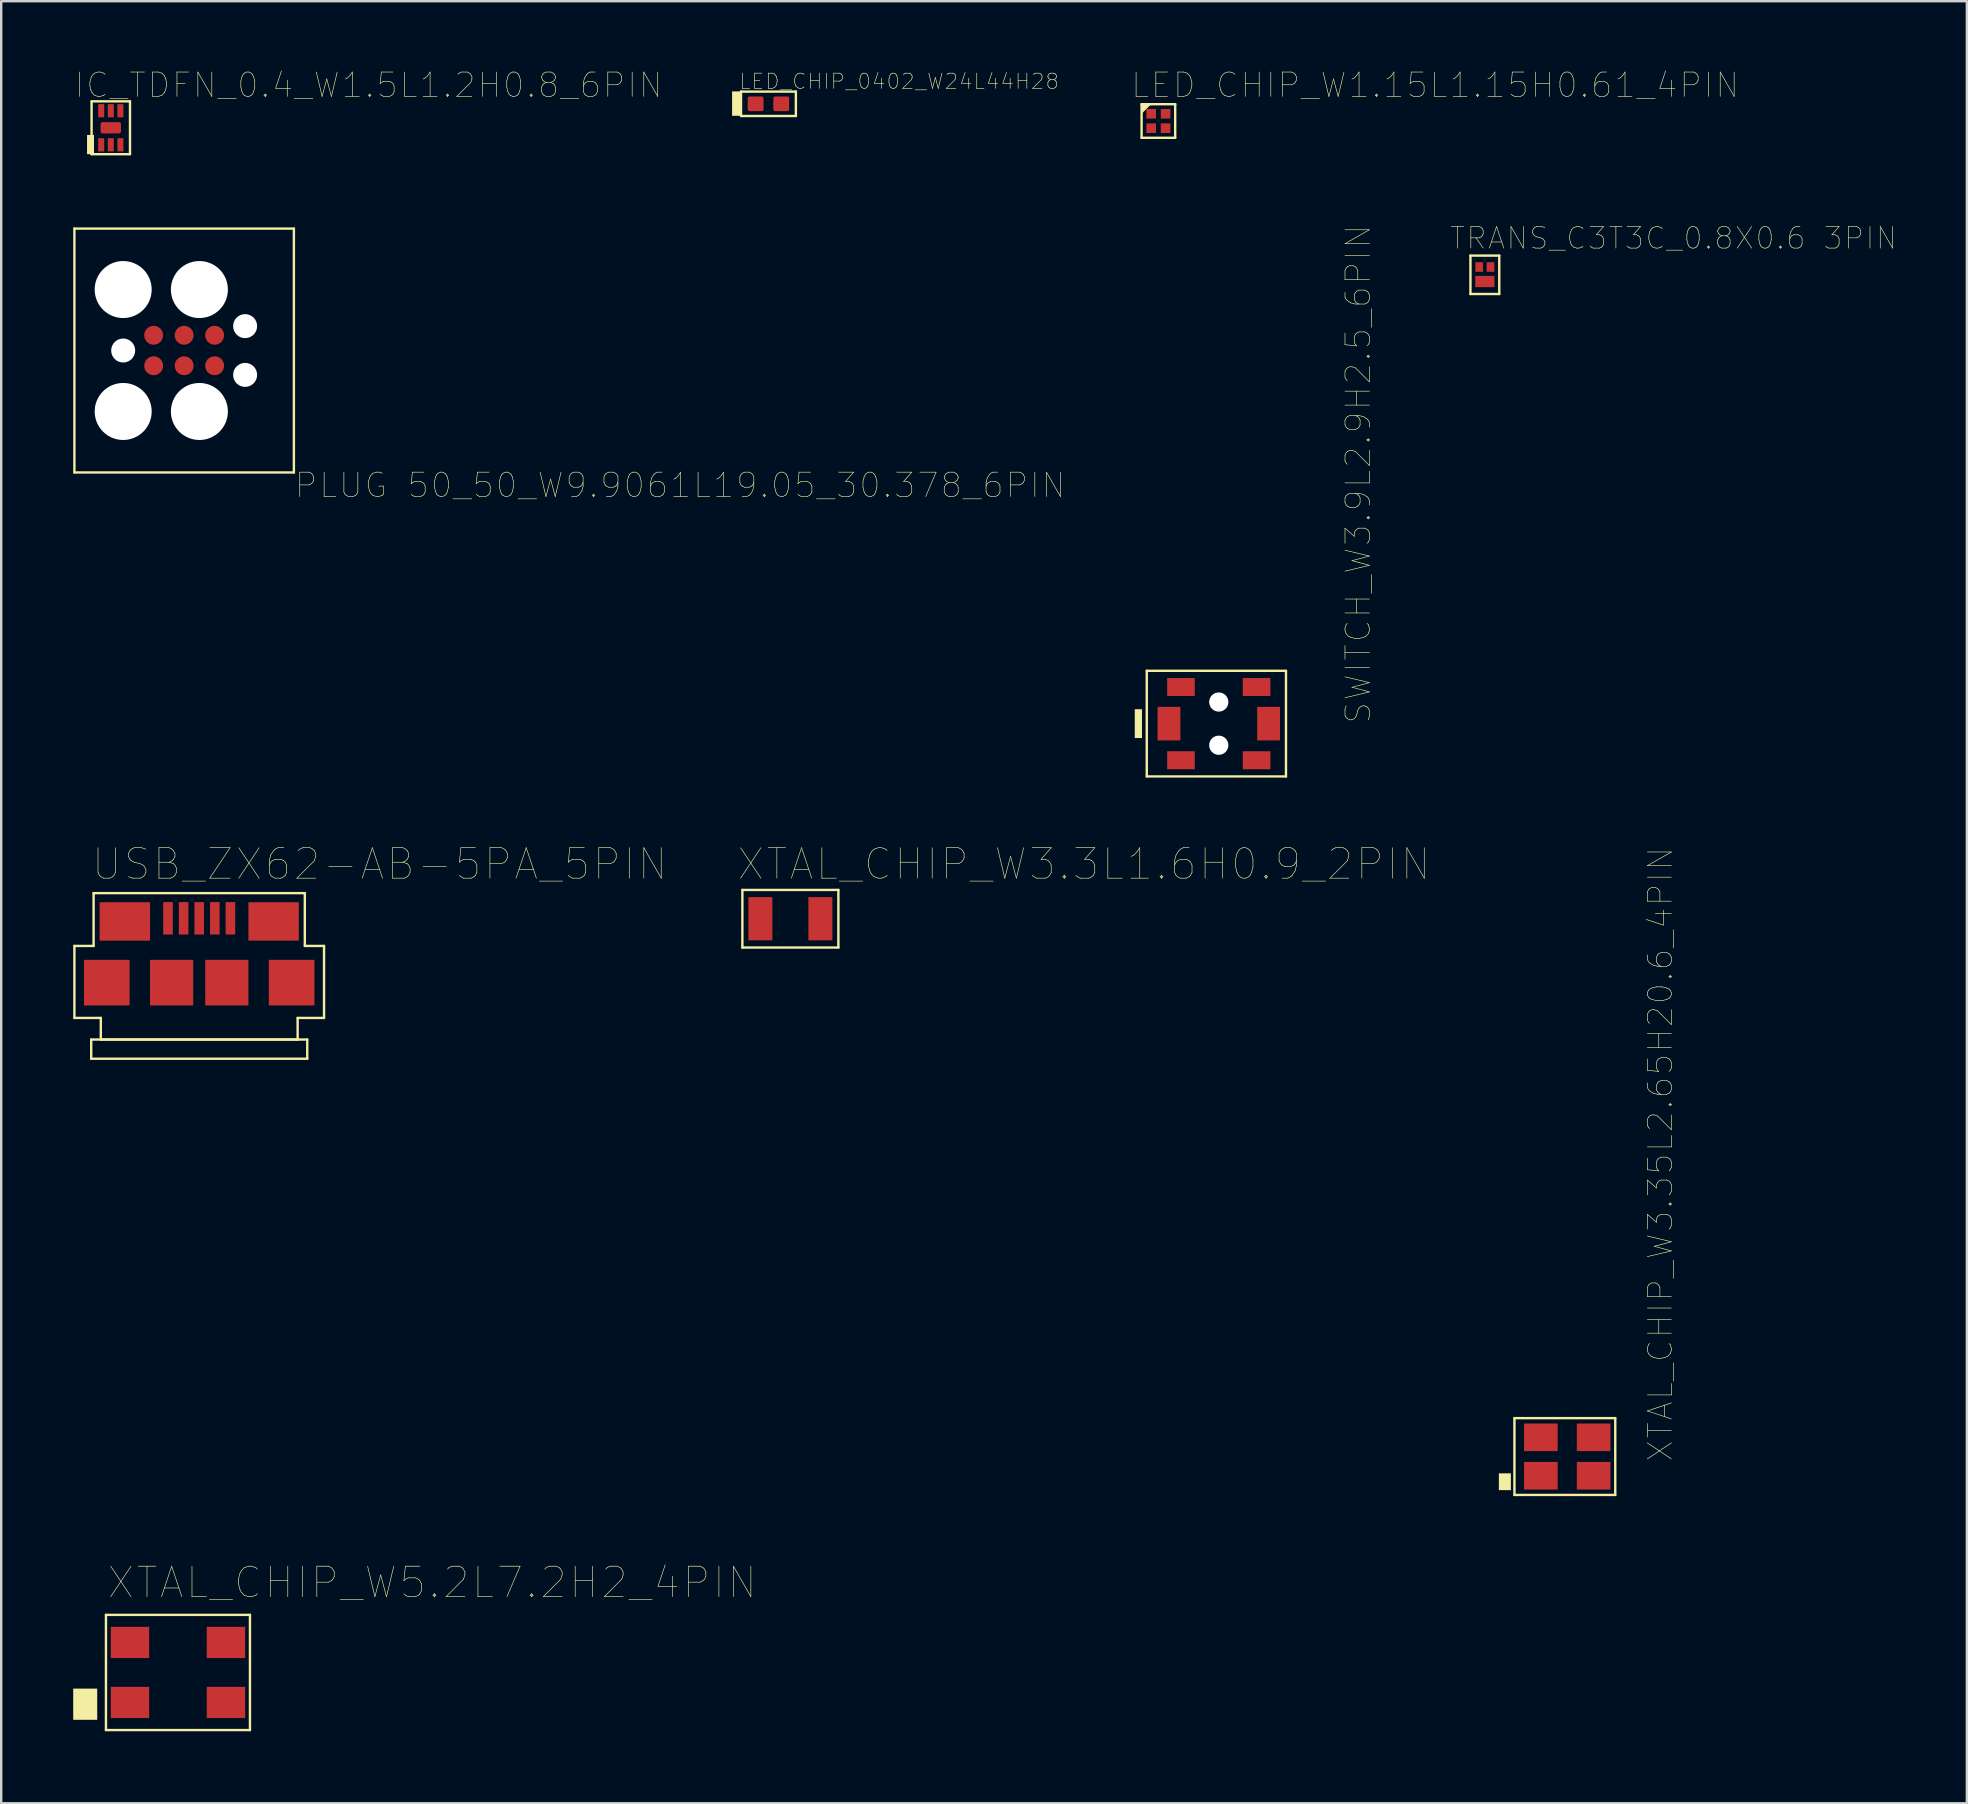
<source format=kicad_pcb>
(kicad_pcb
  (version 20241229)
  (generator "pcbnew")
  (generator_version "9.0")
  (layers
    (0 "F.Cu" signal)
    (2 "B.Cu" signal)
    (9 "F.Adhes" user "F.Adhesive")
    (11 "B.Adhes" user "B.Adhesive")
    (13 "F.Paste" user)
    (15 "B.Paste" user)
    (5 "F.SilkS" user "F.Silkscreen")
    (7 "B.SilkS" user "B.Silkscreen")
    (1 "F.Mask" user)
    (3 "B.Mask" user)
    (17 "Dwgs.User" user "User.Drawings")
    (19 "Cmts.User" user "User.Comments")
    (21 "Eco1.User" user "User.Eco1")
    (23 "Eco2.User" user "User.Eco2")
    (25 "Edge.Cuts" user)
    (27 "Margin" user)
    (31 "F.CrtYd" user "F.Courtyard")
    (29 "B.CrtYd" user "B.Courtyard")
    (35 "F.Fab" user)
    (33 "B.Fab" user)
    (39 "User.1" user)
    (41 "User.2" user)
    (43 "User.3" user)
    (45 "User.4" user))
  (footprint "XTAL_CHIP_W3.3L1.6H0.9_2PIN"
    (layer "F.Cu")
    (at 29.879 35.226)
    (property "Reference" "XTAL_CHIP_W3.3L1.6H0.9_2PIN" (at -2.273 -1.532 0) (unlocked yes) (layer "F.SilkS") (effects (font (size 1.27 1.27) (thickness 0.025)) (justify left bottom)))
    (fp_line (start -2 1.2) (end -2 -1.2) (stroke (width 0.1) (type solid)) (layer "F.SilkS"))
    (fp_line (start 2 -1.2) (end -2 -1.2) (stroke (width 0.1) (type solid)) (layer "F.SilkS"))
    (fp_line (start 2 1.2) (end -2 1.2) (stroke (width 0.1) (type solid)) (layer "F.SilkS"))
    (fp_line (start 2 1.2) (end 2 -1.2) (stroke (width 0.1) (type solid)) (layer "F.SilkS"))
    (pad "1" smd rect (at -1.25 0 180) (size 1 1.8) (layers "F.Cu" "F.Mask" "F.Paste"))
    (pad "2" smd rect (at 1.25 0 180) (size 1 1.8) (layers "F.Cu" "F.Mask" "F.Paste")))
  (footprint "USB_ZX62-AB-5PA_5PIN"
    (layer "F.Cu")
    (at 5.25 37.859)
    (property "Reference" "USB_ZX62-AB-5PA_5PIN" (at -4.536 -4.165 0) (unlocked yes) (layer "F.SilkS") (effects (font (size 1.27 1.27) (thickness 0.025)) (justify left bottom)))
    (fp_line (start -5.2 -1.5) (end -4.4 -1.5) (stroke (width 0.1) (type solid)) (layer "F.SilkS"))
    (fp_line (start -5.2 1.5) (end -5.2 -1.5) (stroke (width 0.1) (type solid)) (layer "F.SilkS"))
    (fp_line (start -5.2 1.5) (end -4.1 1.5) (stroke (width 0.1) (type solid)) (layer "F.SilkS"))
    (fp_line (start -4.5 2.4) (end 4.5 2.4) (stroke (width 0.1) (type solid)) (layer "F.SilkS"))
    (fp_line (start -4.5 3.2) (end -4.5 2.4) (stroke (width 0.1) (type solid)) (layer "F.SilkS"))
    (fp_line (start -4.5 3.2) (end 4.5 3.2) (stroke (width 0.1) (type solid)) (layer "F.SilkS"))
    (fp_line (start -4.4 -3.7) (end 4.4 -3.7) (stroke (width 0.1) (type solid)) (layer "F.SilkS"))
    (fp_line (start -4.4 -1.5) (end -4.4 -3.7) (stroke (width 0.1) (type solid)) (layer "F.SilkS"))
    (fp_line (start -4.1 2.4) (end -4.1 1.5) (stroke (width 0.1) (type solid)) (layer "F.SilkS"))
    (fp_line (start -4.1 2.4) (end 4.1 2.4) (stroke (width 0.1) (type solid)) (layer "F.SilkS"))
    (fp_line (start 4.1 1.5) (end 5.2 1.5) (stroke (width 0.1) (type solid)) (layer "F.SilkS"))
    (fp_line (start 4.1 2.4) (end 4.1 1.5) (stroke (width 0.1) (type solid)) (layer "F.SilkS"))
    (fp_line (start 4.4 -1.5) (end 4.4 -3.7) (stroke (width 0.1) (type solid)) (layer "F.SilkS"))
    (fp_line (start 4.4 -1.5) (end 5.2 -1.5) (stroke (width 0.1) (type solid)) (layer "F.SilkS"))
    (fp_line (start 4.5 3.2) (end 4.5 2.4) (stroke (width 0.1) (type solid)) (layer "F.SilkS"))
    (fp_line (start 5.2 1.5) (end 5.2 -1.5) (stroke (width 0.1) (type solid)) (layer "F.SilkS"))
    (pad "1" smd rect (at -1.3 -2.65 270) (size 1.35 0.4) (layers "F.Cu" "F.Mask" "F.Paste"))
    (pad "2" smd rect (at -0.65 -2.65 270) (size 1.35 0.4) (layers "F.Cu" "F.Mask" "F.Paste"))
    (pad "3" smd rect (at 0 -2.65 270) (size 1.35 0.4) (layers "F.Cu" "F.Mask" "F.Paste"))
    (pad "4" smd rect (at 0.65 -2.65 270) (size 1.35 0.4) (layers "F.Cu" "F.Mask" "F.Paste"))
    (pad "5" smd rect (at 1.3 -2.65 270) (size 1.35 0.4) (layers "F.Cu" "F.Mask" "F.Paste"))
    (pad "6" smd rect (at -3.85 0.03 180) (size 1.9 1.9) (layers "F.Cu" "F.Mask" "F.Paste"))
    (pad "7" smd rect (at -1.15 0.03 270) (size 1.9 1.8) (layers "F.Cu" "F.Mask" "F.Paste"))
    (pad "8" smd rect (at 1.15 0.03 270) (size 1.9 1.8) (layers "F.Cu" "F.Mask" "F.Paste"))
    (pad "9" smd rect (at 3.85 0.03 180) (size 1.9 1.9) (layers "F.Cu" "F.Mask" "F.Paste"))
    (pad "10" smd rect (at -3.1 -2.52) (size 2.1 1.6) (layers "F.Cu" "F.Mask" "F.Paste"))
    (pad "11" smd rect (at 3.1 -2.52) (size 2.1 1.6) (layers "F.Cu" "F.Mask" "F.Paste")))
  (footprint "IC_TDFN_0.4_W1.5L1.2H0.8_6PIN"
    (layer "F.Cu")
    (at 1.566 2.273)
    (property "Reference" "IC_TDFN_0.4_W1.5L1.2H0.8_6PIN" (at -1.566 -1.181 0) (unlocked yes) (layer "F.SilkS") (effects (font (size 1.016 1.016) (thickness 0.025)) (justify left bottom)))
    (fp_line (start -0.8 1.1) (end -0.8 -1.1) (stroke (width 0.1) (type solid)) (layer "F.SilkS"))
    (fp_line (start 0.8 -1.1) (end -0.8 -1.1) (stroke (width 0.1) (type solid)) (layer "F.SilkS"))
    (fp_line (start 0.8 1.1) (end -0.8 1.1) (stroke (width 0.1) (type solid)) (layer "F.SilkS"))
    (fp_line (start 0.8 1.1) (end 0.8 -1.1) (stroke (width 0.1) (type solid)) (layer "F.SilkS"))
    (fp_poly (pts (xy -0.7 1.1) (xy -0.7 0.3) (xy -0.99 0.3) (xy -0.99 1.1)) (stroke (width 0) (type default)) (fill yes) (layer "F.SilkS"))
    (pad "1" smd roundrect (at -0.4 0.71 90) (size 0.55 0.25) (layers "F.Cu" "F.Mask" "F.Paste") (roundrect_rratio 0.08))
    (pad "2" smd roundrect (at 0 0.71 90) (size 0.55 0.25) (layers "F.Cu" "F.Mask" "F.Paste") (roundrect_rratio 0.08))
    (pad "3" smd roundrect (at 0.4 0.71 90) (size 0.55 0.25) (layers "F.Cu" "F.Mask" "F.Paste") (roundrect_rratio 0.08))
    (pad "4" smd roundrect (at 0.4 -0.71 270) (size 0.55 0.25) (layers "F.Cu" "F.Mask" "F.Paste") (roundrect_rratio 0.08))
    (pad "5" smd roundrect (at 0 -0.71 270) (size 0.55 0.25) (layers "F.Cu" "F.Mask" "F.Paste") (roundrect_rratio 0.08))
    (pad "6" smd roundrect (at -0.4 -0.71 270) (size 0.55 0.25) (layers "F.Cu" "F.Mask" "F.Paste") (roundrect_rratio 0.08))
    (pad "7" smd roundrect (at 0 0) (size 0.85 0.47) (layers "F.Cu" "F.Mask" "F.Paste") (roundrect_rratio 0.17)))
  (footprint "XTAL_CHIP_W3.35L2.65H20.6_4PIN"
    (layer "F.Cu")
    (at 62.245 57.632)
    (property "Reference" "XTAL_CHIP_W3.35L2.65H20.6_4PIN" (at 4.46 0.259 90) (unlocked yes) (layer "F.SilkS") (effects (font (size 1 1) (thickness 0.025)) (justify left bottom)))
    (fp_line (start -2.2 1.6) (end -2.2 -1.6) (stroke (width 0.1) (type solid)) (layer "F.SilkS"))
    (fp_line (start 2 -1.6) (end -2.2 -1.6) (stroke (width 0.1) (type solid)) (layer "F.SilkS"))
    (fp_line (start 2 1.6) (end -2.2 1.6) (stroke (width 0.1) (type solid)) (layer "F.SilkS"))
    (fp_line (start 2 1.6) (end 2 -1.6) (stroke (width 0.1) (type solid)) (layer "F.SilkS"))
    (fp_poly (pts (xy -2.849 1.4) (xy -2.349 1.4) (xy -2.349 0.7) (xy -2.849 0.7)) (stroke (width 0) (type default)) (fill yes) (layer "F.SilkS"))
    (pad "1" smd rect (at -1.1 0.8) (size 1.4 1.15) (layers "F.Cu" "F.Mask" "F.Paste"))
    (pad "2" smd rect (at 1.1 0.8) (size 1.4 1.15) (layers "F.Cu" "F.Mask" "F.Paste"))
    (pad "3" smd rect (at 1.1 -0.8) (size 1.4 1.15) (layers "F.Cu" "F.Mask" "F.Paste"))
    (pad "4" smd rect (at -1.1 -0.8) (size 1.4 1.15) (layers "F.Cu" "F.Mask" "F.Paste")))
  (footprint "PLUG 50_50_W9.9061L19.05_30.378_6PIN"
    (layer "F.Cu")
    (at 4.622 11.553)
    (property "Reference" "PLUG 50_50_W9.9061L19.05_30.378_6PIN" (at 4.558 6.209 0) (unlocked yes) (layer "F.SilkS") (effects (font (size 1.016 1.016) (thickness 0.025)) (justify left bottom)))
    (fp_line (start -4.572 -5.08) (end 4.572 -5.08) (stroke (width 0.1) (type solid)) (layer "F.SilkS"))
    (fp_line (start -4.572 5.08) (end -4.572 -5.08) (stroke (width 0.1) (type solid)) (layer "F.SilkS"))
    (fp_line (start -4.572 5.08) (end 4.572 5.08) (stroke (width 0.1) (type solid)) (layer "F.SilkS"))
    (fp_line (start 4.572 5.08) (end 4.572 -5.08) (stroke (width 0.1) (type solid)) (layer "F.SilkS"))
    (pad "" np_thru_hole circle (at -2.54 -2.54) (size 2.375 2.375) (drill 2.375) (layers "*.Cu" "*.Mask"))
    (pad "" np_thru_hole circle (at -2.54 0) (size 1 1) (drill 1) (layers "*.Cu" "*.Mask"))
    (pad "" np_thru_hole circle (at -2.54 2.54) (size 2.375 2.375) (drill 2.375) (layers "*.Cu" "*.Mask"))
    (pad "" np_thru_hole circle (at 0.635 -2.54) (size 2.375 2.375) (drill 2.375) (layers "*.Cu" "*.Mask"))
    (pad "" np_thru_hole circle (at 0.635 2.54) (size 2.375 2.375) (drill 2.375) (layers "*.Cu" "*.Mask"))
    (pad "" np_thru_hole circle (at 2.54 -1.016) (size 1 1) (drill 1) (layers "*.Cu" "*.Mask"))
    (pad "" np_thru_hole circle (at 2.54 1.016) (size 1 1) (drill 1) (layers "*.Cu" "*.Mask"))
    (pad "1" smd circle (at -1.27 0.635 90) (size 0.787 0.787) (layers "F.Cu" "F.Mask" "F.Paste"))
    (pad "2" smd circle (at -1.27 -0.635 270) (size 0.787 0.787) (layers "F.Cu" "F.Mask" "F.Paste"))
    (pad "3" smd circle (at 0 0.635 90) (size 0.787 0.787) (layers "F.Cu" "F.Mask" "F.Paste"))
    (pad "4" smd circle (at 0 -0.635 270) (size 0.787 0.787) (layers "F.Cu" "F.Mask" "F.Paste"))
    (pad "5" smd circle (at 1.27 0.635 90) (size 0.787 0.787) (layers "F.Cu" "F.Mask" "F.Paste"))
    (pad "6" smd circle (at 1.27 -0.635 270) (size 0.787 0.787) (layers "F.Cu" "F.Mask" "F.Paste")))
  (footprint "LED_CHIP_W1.15L1.15H0.61_4PIN"
    (layer "F.Cu")
    (at 45.211 1.99)
    (property "Reference" "LED_CHIP_W1.15L1.15H0.61_4PIN" (at -1.187 -0.898 0) (unlocked yes) (layer "F.SilkS") (effects (font (size 1.016 1.016) (thickness 0.025)) (justify left bottom)))
    (fp_line (start -0.7 -0.7) (end 0.7 -0.7) (stroke (width 0.1) (type solid)) (layer "F.SilkS"))
    (fp_line (start -0.7 0.7) (end -0.7 -0.7) (stroke (width 0.1) (type solid)) (layer "F.SilkS"))
    (fp_line (start -0.7 0.7) (end 0.7 0.7) (stroke (width 0.1) (type solid)) (layer "F.SilkS"))
    (fp_line (start 0.7 0.7) (end 0.7 -0.7) (stroke (width 0.1) (type solid)) (layer "F.SilkS"))
    (fp_poly (pts (xy -0.7 -0.7) (xy -0.7 -0.3) (xy -0.3 -0.7)) (stroke (width 0) (type default)) (fill yes) (layer "F.SilkS"))
    (pad "1" smd rect (at -0.3 -0.3) (size 0.4 0.4) (layers "F.Cu" "F.Mask" "F.Paste"))
    (pad "2" smd rect (at -0.3 0.3) (size 0.4 0.4) (layers "F.Cu" "F.Mask" "F.Paste"))
    (pad "3" smd rect (at 0.3 0.3) (size 0.4 0.4) (layers "F.Cu" "F.Mask" "F.Paste"))
    (pad "4" smd rect (at 0.3 -0.3) (size 0.4 0.4) (layers "F.Cu" "F.Mask" "F.Paste")))
  (footprint "LED_CHIP_0402_W24L44H28"
    (layer "F.Cu")
    (at 28.965 1.274)
    (property "Reference" "LED_CHIP_0402_W24L44H28" (at -1.256 -0.563 0) (unlocked yes) (layer "F.SilkS") (effects (font (size 0.635 0.635) (thickness 0.025)) (justify left bottom)))
    (fp_line (start -1.143 -0.508) (end 1.143 -0.508) (stroke (width 0.1) (type solid)) (layer "F.SilkS"))
    (fp_line (start -1.143 0.508) (end -1.143 -0.508) (stroke (width 0.1) (type solid)) (layer "F.SilkS"))
    (fp_line (start -1.143 0.508) (end 1.143 0.508) (stroke (width 0.1) (type solid)) (layer "F.SilkS"))
    (fp_line (start 1.143 0.508) (end 1.143 -0.508) (stroke (width 0.1) (type solid)) (layer "F.SilkS"))
    (fp_poly (pts (xy -1.515 0.5) (xy -1.134 0.5) (xy -1.134 -0.516) (xy -1.515 -0.516)) (stroke (width 0) (type default)) (fill yes) (layer "F.SilkS"))
    (pad "1" smd roundrect (at -0.533 0) (size 0.66 0.61) (layers "F.Cu" "F.Mask" "F.Paste") (roundrect_rratio 0.125))
    (pad "2" smd roundrect (at 0.533 0 180) (size 0.66 0.61) (layers "F.Cu" "F.Mask" "F.Paste") (roundrect_rratio 0.125)))
  (footprint "XTAL_CHIP_W5.2L7.2H2_4PIN"
    (layer "F.Cu")
    (at 4.364 66.628)
    (property "Reference" "XTAL_CHIP_W5.2L7.2H2_4PIN" (at -3 -3 0) (unlocked yes) (layer "F.SilkS") (effects (font (size 1.27 1.27) (thickness 0.025)) (justify left bottom)))
    (fp_line (start -3 2.4) (end -3 -2.4) (stroke (width 0.1) (type solid)) (layer "F.SilkS"))
    (fp_line (start 3 -2.4) (end -3 -2.4) (stroke (width 0.1) (type solid)) (layer "F.SilkS"))
    (fp_line (start 3 2.4) (end -3 2.4) (stroke (width 0.1) (type solid)) (layer "F.SilkS"))
    (fp_line (start 3 2.4) (end 3 -2.4) (stroke (width 0.1) (type solid)) (layer "F.SilkS"))
    (fp_poly (pts (xy -4.364 0.673) (xy -3.364 0.673) (xy -3.364 1.973) (xy -4.364 1.973)) (stroke (width 0) (type default)) (fill yes) (layer "F.SilkS"))
    (pad "1" smd rect (at -2 1.25 180) (size 1.6 1.3) (layers "F.Cu" "F.Mask" "F.Paste"))
    (pad "2" smd rect (at 2 1.25 180) (size 1.6 1.3) (layers "F.Cu" "F.Mask" "F.Paste"))
    (pad "3" smd rect (at 2 -1.25 180) (size 1.6 1.3) (layers "F.Cu" "F.Mask" "F.Paste"))
    (pad "4" smd rect (at -2 -1.25 180) (size 1.6 1.3) (layers "F.Cu" "F.Mask" "F.Paste")))
  (footprint "SWITCH_W3.9L2.9H2.5_6PIN"
    (layer "F.Cu")
    (at 47.727 27.098)
    (property "Reference" "SWITCH_W3.9L2.9H2.5_6PIN" (at 6.4 0.05 90) (unlocked yes) (layer "F.SilkS") (effects (font (size 1.016 1.016) (thickness 0.025)) (justify left bottom)))
    (fp_line (start -3 2.2) (end -3 -2.2) (stroke (width 0.1) (type solid)) (layer "F.SilkS"))
    (fp_line (start 2.8 -2.2) (end -3 -2.2) (stroke (width 0.1) (type solid)) (layer "F.SilkS"))
    (fp_line (start 2.8 2.2) (end -3 2.2) (stroke (width 0.1) (type solid)) (layer "F.SilkS"))
    (fp_line (start 2.8 2.2) (end 2.8 -2.2) (stroke (width 0.1) (type solid)) (layer "F.SilkS"))
    (fp_poly (pts (xy -3.2 0.6) (xy -3.2 -0.6) (xy -3.5 -0.6) (xy -3.5 0.6)) (stroke (width 0) (type default)) (fill yes) (layer "F.SilkS"))
    (pad "" np_thru_hole circle (at 0 -0.9 90) (size 0.8 0.8) (drill 0.8) (layers "*.Cu" "*.Mask"))
    (pad "" np_thru_hole circle (at 0 0.9 90) (size 0.8 0.8) (drill 0.8) (layers "*.Cu" "*.Mask"))
    (pad "1" smd rect (at -2.075 0) (size 0.95 1.4) (layers "F.Cu" "F.Mask" "F.Paste"))
    (pad "2" smd rect (at 2.075 0) (size 0.95 1.4) (layers "F.Cu" "F.Mask" "F.Paste"))
    (pad "3" smd rect (at -1.575 1.525) (size 1.15 0.75) (layers "F.Cu" "F.Mask" "F.Paste"))
    (pad "4" smd rect (at 1.575 1.525) (size 1.15 0.75) (layers "F.Cu" "F.Mask" "F.Paste"))
    (pad "5" smd rect (at 1.575 -1.525) (size 1.15 0.75) (layers "F.Cu" "F.Mask" "F.Paste"))
    (pad "6" smd rect (at -1.575 -1.525) (size 1.15 0.75) (layers "F.Cu" "F.Mask" "F.Paste")))
  (footprint "TRANS_C3T3C_0.8X0.6 3PIN"
    (layer "F.Cu")
    (at 58.812 8.399)
    (property "Reference" "TRANS_C3T3C_0.8X0.6 3PIN" (at -1.5 -1 0) (unlocked yes) (layer "F.SilkS") (effects (font (size 0.9 0.9) (thickness 0.025)) (justify left bottom)))
    (fp_line (start -0.6 -0.8) (end 0.6 -0.8) (stroke (width 0.1) (type solid)) (layer "F.SilkS"))
    (fp_line (start -0.6 0.8) (end -0.6 -0.8) (stroke (width 0.1) (type solid)) (layer "F.SilkS"))
    (fp_line (start -0.6 0.8) (end 0.6 0.8) (stroke (width 0.1) (type solid)) (layer "F.SilkS"))
    (fp_line (start 0.6 0.8) (end 0.6 -0.8) (stroke (width 0.1) (type solid)) (layer "F.SilkS"))
    (pad "1" smd rect (at 0.235 -0.325) (size 0.32 0.4) (layers "F.Cu" "F.Mask" "F.Paste"))
    (pad "2" smd rect (at -0.235 -0.325) (size 0.32 0.4) (layers "F.Cu" "F.Mask" "F.Paste"))
    (pad "3" smd rect (at 0 0.28) (size 0.8 0.47) (layers "F.Cu" "F.Mask" "F.Paste")))
  (gr_rect
    (start -3 -3)
    (end 78.894 72.078)
    (stroke (width 0.1) (type default))
    (fill no)
    (layer "Edge.Cuts")))
</source>
